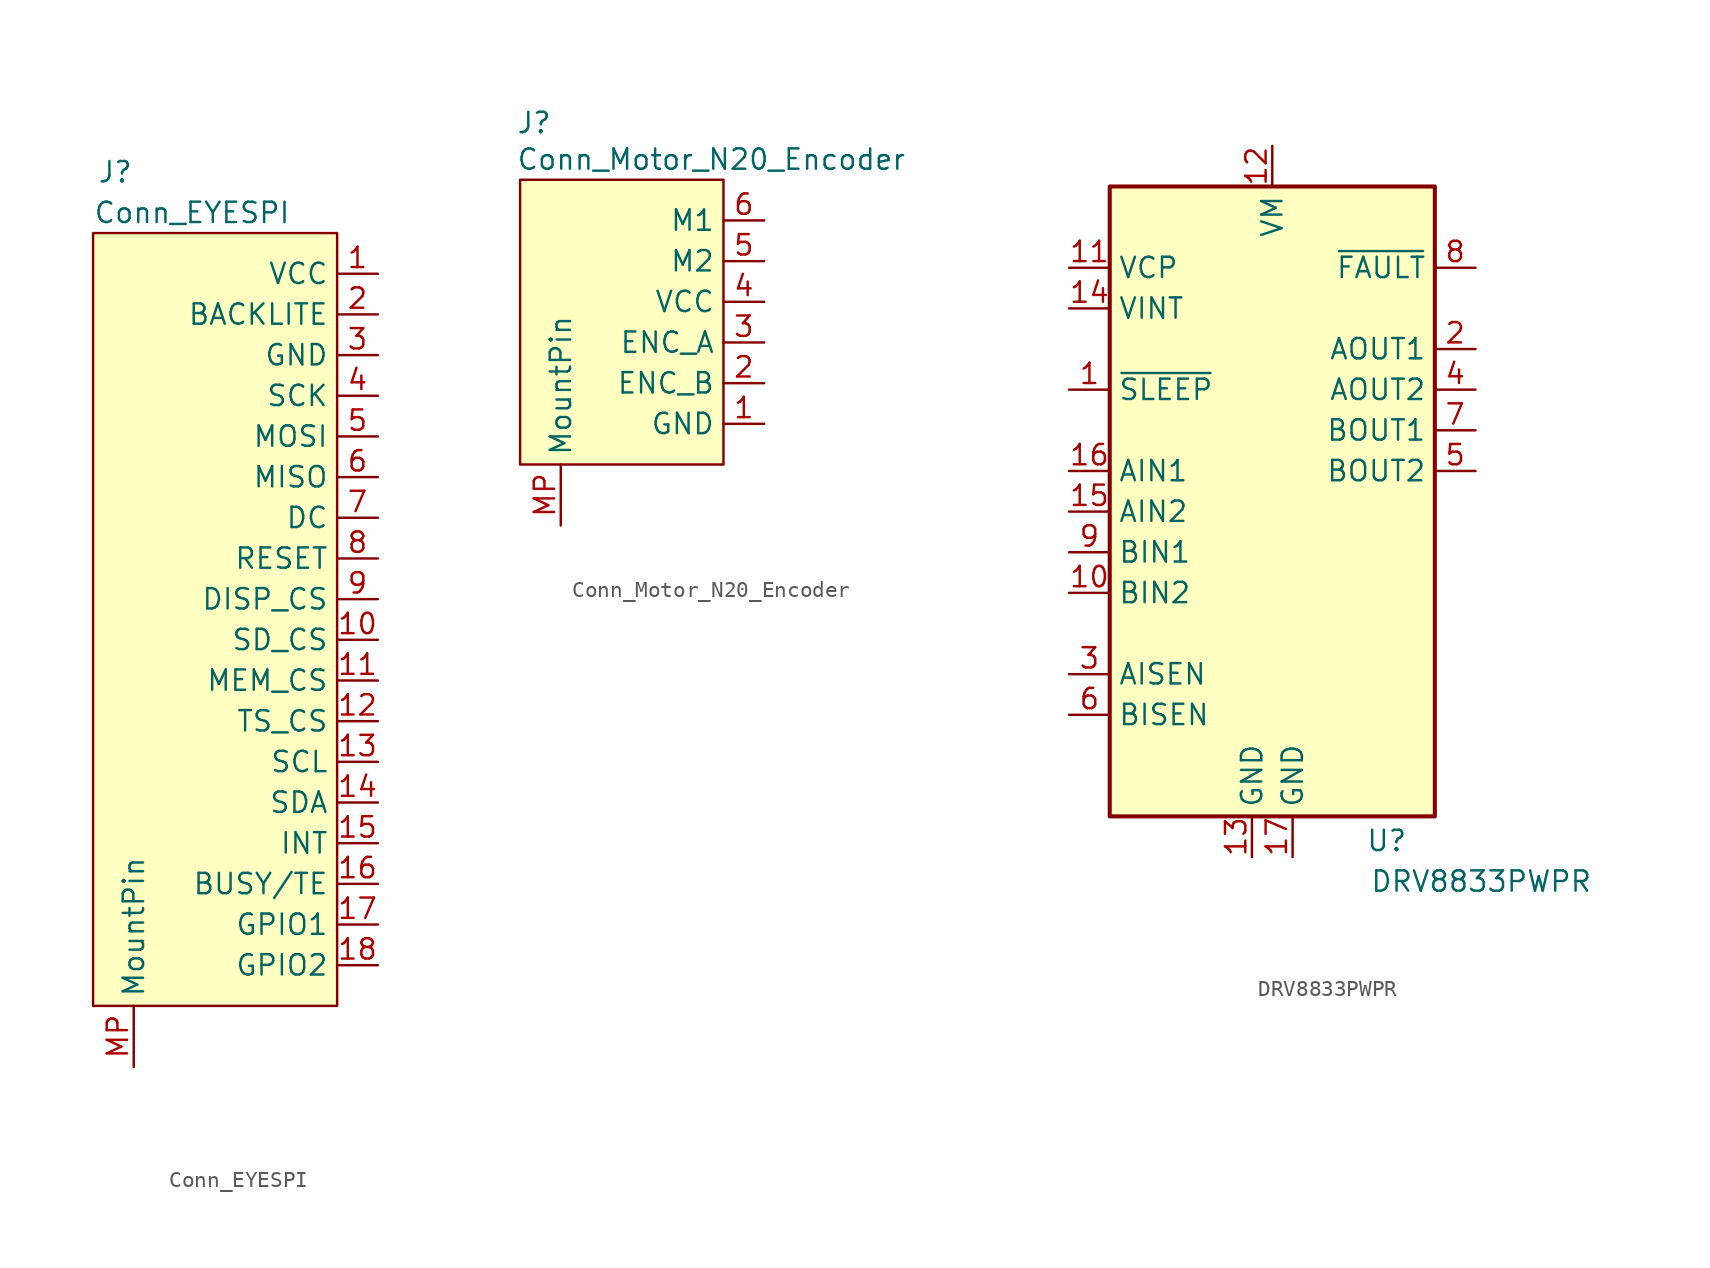
<source format=kicad_sym>
(kicad_symbol_lib
  (version 20241209)
  (generator "kicad_symbol_editor")
  (generator_version "9.0")
  (symbol "Conn_EYESPI"
    (property "Reference" "J"
      (at -14.986 25.4 0)
      (effects (font (size 1.27 1.27)) (justify left)))
    (property "Value" "Conn_EYESPI"
      (at -15.24 22.86 0)
      (effects (font (size 1.27 1.27)) (justify left)))
    (symbol "Conn_EYESPI_1_1"
      (rectangle (start -15.24 21.59) (end 0 -26.67) (stroke (width 0) (type solid)) (fill (type color) (color 255 255 194 1)))
      (pin passive line (at -12.7 -30.48 90) (length 3.81) (name "MountPin" (effects (font (size 1.27 1.27)))) (number "MP" (effects (font (size 1.27 1.27)))))
      (pin passive line (at 2.54 19.05 180) (length 2.54) (name "VCC" (effects (font (size 1.27 1.27)))) (number "1" (effects (font (size 1.27 1.27)))))
      (pin passive line (at 2.54 16.51 180) (length 2.54) (name "BACKLITE" (effects (font (size 1.27 1.27)))) (number "2" (effects (font (size 1.27 1.27)))))
      (pin passive line (at 2.54 13.97 180) (length 2.54) (name "GND" (effects (font (size 1.27 1.27)))) (number "3" (effects (font (size 1.27 1.27)))))
      (pin passive line (at 2.54 11.43 180) (length 2.54) (name "SCK" (effects (font (size 1.27 1.27)))) (number "4" (effects (font (size 1.27 1.27)))))
      (pin passive line (at 2.54 8.89 180) (length 2.54) (name "MOSI" (effects (font (size 1.27 1.27)))) (number "5" (effects (font (size 1.27 1.27)))))
      (pin passive line (at 2.54 6.35 180) (length 2.54) (name "MISO" (effects (font (size 1.27 1.27)))) (number "6" (effects (font (size 1.27 1.27)))))
      (pin passive line (at 2.54 3.81 180) (length 2.54) (name "DC" (effects (font (size 1.27 1.27)))) (number "7" (effects (font (size 1.27 1.27)))))
      (pin passive line (at 2.54 1.27 180) (length 2.54) (name "RESET" (effects (font (size 1.27 1.27)))) (number "8" (effects (font (size 1.27 1.27)))))
      (pin passive line (at 2.54 -1.27 180) (length 2.54) (name "DISP_CS" (effects (font (size 1.27 1.27)))) (number "9" (effects (font (size 1.27 1.27)))))
      (pin passive line (at 2.54 -3.81 180) (length 2.54) (name "SD_CS" (effects (font (size 1.27 1.27)))) (number "10" (effects (font (size 1.27 1.27)))))
      (pin passive line (at 2.54 -6.35 180) (length 2.54) (name "MEM_CS" (effects (font (size 1.27 1.27)))) (number "11" (effects (font (size 1.27 1.27)))))
      (pin passive line (at 2.54 -8.89 180) (length 2.54) (name "TS_CS" (effects (font (size 1.27 1.27)))) (number "12" (effects (font (size 1.27 1.27)))))
      (pin passive line (at 2.54 -11.43 180) (length 2.54) (name "SCL" (effects (font (size 1.27 1.27)))) (number "13" (effects (font (size 1.27 1.27)))))
      (pin passive line (at 2.54 -13.97 180) (length 2.54) (name "SDA" (effects (font (size 1.27 1.27)))) (number "14" (effects (font (size 1.27 1.27)))))
      (pin passive line (at 2.54 -16.51 180) (length 2.54) (name "INT" (effects (font (size 1.27 1.27)))) (number "15" (effects (font (size 1.27 1.27)))))
      (pin passive line (at 2.54 -19.05 180) (length 2.54) (name "BUSY/TE" (effects (font (size 1.27 1.27)))) (number "16" (effects (font (size 1.27 1.27)))))
      (pin passive line (at 2.54 -21.59 180) (length 2.54) (name "GPIO1" (effects (font (size 1.27 1.27)))) (number "17" (effects (font (size 1.27 1.27)))))
      (pin passive line (at 2.54 -24.13 180) (length 2.54) (name "GPIO2" (effects (font (size 1.27 1.27)))) (number "18" (effects (font (size 1.27 1.27)))))))
  (symbol "Conn_Motor_N20_Encoder"
    (property "Reference" "J"
      (at -12.954 25.146 0)
      (effects (font (size 1.27 1.27)) (justify left)))
    (property "Value" "Conn_Motor_N20_Encoder"
      (at -12.954 22.86 0)
      (effects (font (size 1.27 1.27)) (justify left)))
    (symbol "Conn_Motor_N20_Encoder_1_1"
      (rectangle (start -12.7 21.59) (end 0 3.81) (stroke (width 0) (type solid)) (fill (type color) (color 255 255 194 1)))
      (pin passive line (at -10.16 0 90) (length 3.81) (name "MountPin" (effects (font (size 1.27 1.27)))) (number "MP" (effects (font (size 1.27 1.27)))))
      (pin passive line (at 2.54 19.05 180) (length 2.54) (name "M1" (effects (font (size 1.27 1.27)))) (number "6" (effects (font (size 1.27 1.27)))))
      (pin passive line (at 2.54 16.51 180) (length 2.54) (name "M2" (effects (font (size 1.27 1.27)))) (number "5" (effects (font (size 1.27 1.27)))))
      (pin passive line (at 2.54 13.97 180) (length 2.54) (name "VCC" (effects (font (size 1.27 1.27)))) (number "4" (effects (font (size 1.27 1.27)))))
      (pin passive line (at 2.54 11.43 180) (length 2.54) (name "ENC_A" (effects (font (size 1.27 1.27)))) (number "3" (effects (font (size 1.27 1.27)))))
      (pin passive line (at 2.54 8.89 180) (length 2.54) (name "ENC_B" (effects (font (size 1.27 1.27)))) (number "2" (effects (font (size 1.27 1.27)))))
      (pin passive line (at 2.54 6.35 180) (length 2.54) (name "GND" (effects (font (size 1.27 1.27)))) (number "1" (effects (font (size 1.27 1.27)))))))
  (symbol "DRV8833PWPR"
    (property "Reference" "U"
      (at 5.842 -23.114 0)
      (effects (font (size 1.27 1.27)) (justify left)))
    (property "Value" "DRV8833PWPR"
      (at 6.096 -25.654 0)
      (effects (font (size 1.27 1.27)) (justify left)))
    (symbol "DRV8833PWPR_0_1"
      (rectangle (start -10.16 17.78) (end 10.16 -21.59) (stroke (width 0.254) (type default)) (fill (type background))))
    (symbol "DRV8833PWPR_1_1"
      (pin passive line (at -12.7 12.7 0) (length 2.54) (name "VCP" (effects (font (size 1.27 1.27)))) (number "11" (effects (font (size 1.27 1.27)))))
      (pin passive line (at -12.7 10.16 0) (length 2.54) (name "VINT" (effects (font (size 1.27 1.27)))) (number "14" (effects (font (size 1.27 1.27)))))
      (pin input line (at -12.7 5.08 0) (length 2.54) (name "~{SLEEP}" (effects (font (size 1.27 1.27)))) (number "1" (effects (font (size 1.27 1.27)))))
      (pin input line (at -12.7 0 0) (length 2.54) (name "AIN1" (effects (font (size 1.27 1.27)))) (number "16" (effects (font (size 1.27 1.27)))))
      (pin input line (at -12.7 -2.54 0) (length 2.54) (name "AIN2" (effects (font (size 1.27 1.27)))) (number "15" (effects (font (size 1.27 1.27)))))
      (pin input line (at -12.7 -5.08 0) (length 2.54) (name "BIN1" (effects (font (size 1.27 1.27)))) (number "9" (effects (font (size 1.27 1.27)))))
      (pin input line (at -12.7 -7.62 0) (length 2.54) (name "BIN2" (effects (font (size 1.27 1.27)))) (number "10" (effects (font (size 1.27 1.27)))))
      (pin passive line (at -12.7 -12.7 0) (length 2.54) (name "AISEN" (effects (font (size 1.27 1.27)))) (number "3" (effects (font (size 1.27 1.27)))))
      (pin passive line (at -12.7 -15.24 0) (length 2.54) (name "BISEN" (effects (font (size 1.27 1.27)))) (number "6" (effects (font (size 1.27 1.27)))))
      (pin power_in line (at -1.27 -24.13 90) (length 2.54) (name "GND" (effects (font (size 1.27 1.27)))) (number "13" (effects (font (size 1.27 1.27)))))
      (pin power_in line (at 0 20.32 270) (length 2.54) (name "VM" (effects (font (size 1.27 1.27)))) (number "12" (effects (font (size 1.27 1.27)))))
      (pin power_in line (at 1.27 -24.13 90) (length 2.54) (name "GND" (effects (font (size 1.27 1.27)))) (number "17" (effects (font (size 1.27 1.27)))))
      (pin open_collector line (at 12.7 12.7 180) (length 2.54) (name "~{FAULT}" (effects (font (size 1.27 1.27)))) (number "8" (effects (font (size 1.27 1.27)))))
      (pin output line (at 12.7 7.62 180) (length 2.54) (name "AOUT1" (effects (font (size 1.27 1.27)))) (number "2" (effects (font (size 1.27 1.27)))))
      (pin output line (at 12.7 5.08 180) (length 2.54) (name "AOUT2" (effects (font (size 1.27 1.27)))) (number "4" (effects (font (size 1.27 1.27)))))
      (pin output line (at 12.7 2.54 180) (length 2.54) (name "BOUT1" (effects (font (size 1.27 1.27)))) (number "7" (effects (font (size 1.27 1.27)))))
      (pin output line (at 12.7 0 180) (length 2.54) (name "BOUT2" (effects (font (size 1.27 1.27)))) (number "5" (effects (font (size 1.27 1.27))))))))
</source>
